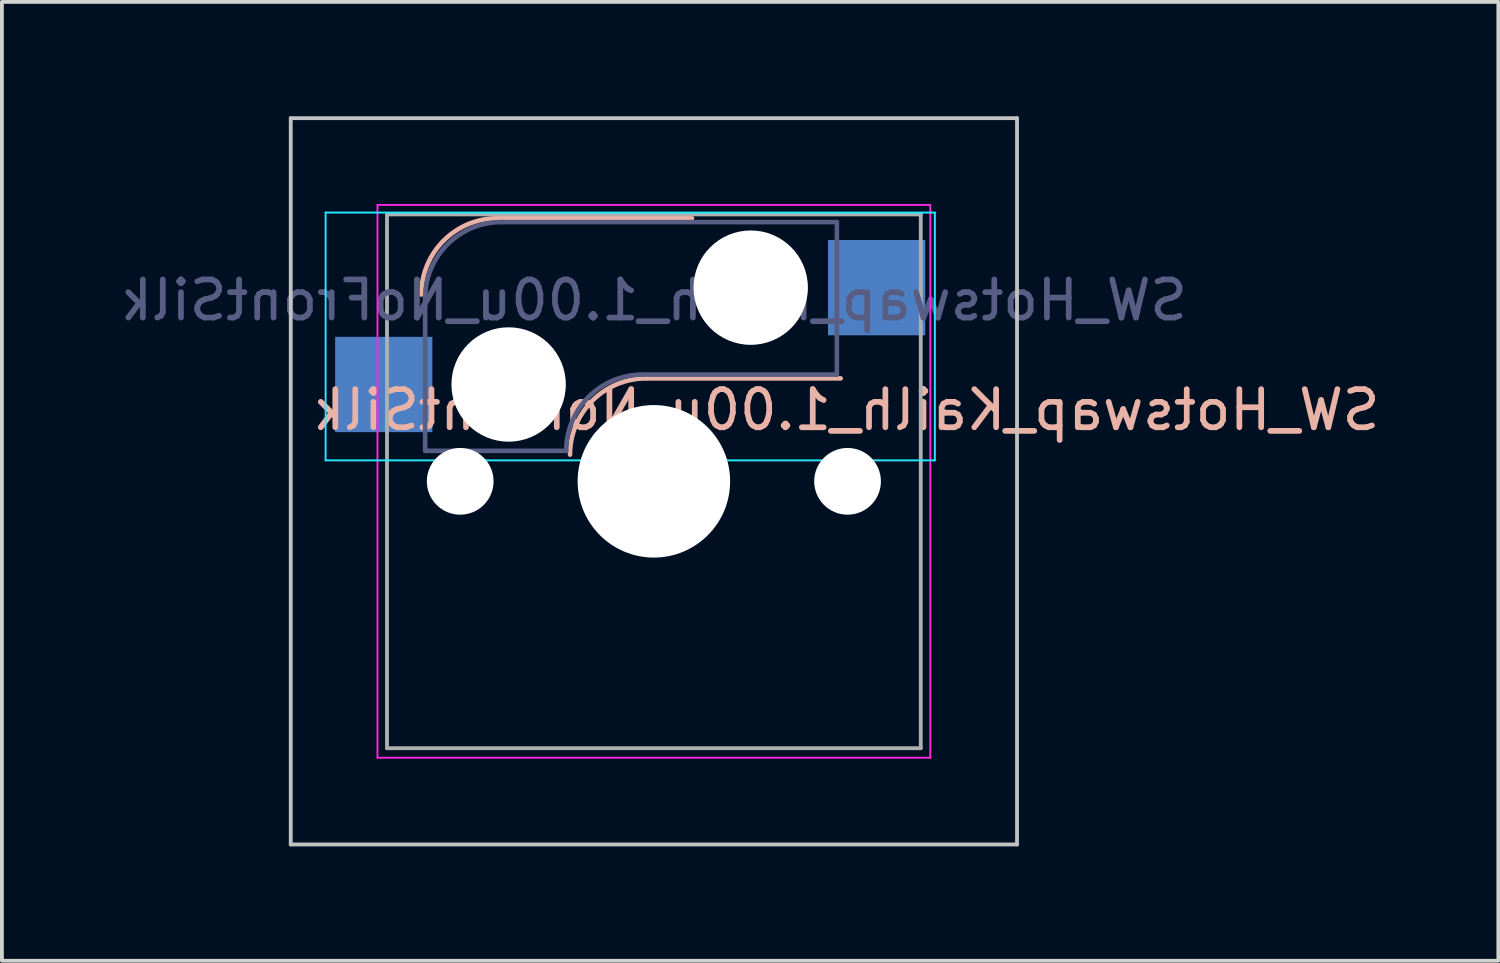
<source format=kicad_pcb>
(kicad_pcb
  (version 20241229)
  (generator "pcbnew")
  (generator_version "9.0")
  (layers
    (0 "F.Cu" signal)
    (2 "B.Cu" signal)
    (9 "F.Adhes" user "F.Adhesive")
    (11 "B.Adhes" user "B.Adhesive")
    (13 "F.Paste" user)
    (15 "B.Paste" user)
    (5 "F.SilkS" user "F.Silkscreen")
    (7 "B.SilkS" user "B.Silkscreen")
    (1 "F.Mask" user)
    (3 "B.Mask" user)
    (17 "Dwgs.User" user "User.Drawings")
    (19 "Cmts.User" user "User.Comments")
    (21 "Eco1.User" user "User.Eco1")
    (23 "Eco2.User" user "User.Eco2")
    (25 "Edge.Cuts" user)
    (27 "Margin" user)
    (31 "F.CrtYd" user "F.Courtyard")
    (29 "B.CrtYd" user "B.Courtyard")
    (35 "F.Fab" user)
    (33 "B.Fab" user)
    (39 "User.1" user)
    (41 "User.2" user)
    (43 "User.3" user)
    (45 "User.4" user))
  (footprint "SW_Hotswap_Kailh_1.00u_NoFrontSilk"
    (layer "F.Cu")
    (at 14.101 9.575)
    (property "Reference" "SW_Hotswap_Kailh_1.00u_NoFrontSilk" (at 5.048 -1.873 180) (layer "B.SilkS") (effects (font (size 1 1) (thickness 0.15)) (justify mirror)))
    (attr smd)
    (fp_line (start -4.1 -6.9) (end 1 -6.9) (stroke (width 0.12) (type solid)) (layer "B.SilkS"))
    (fp_line (start -0.2 -2.7) (end 4.9 -2.7) (stroke (width 0.12) (type solid)) (layer "B.SilkS"))
    (fp_arc (start -6.1 -4.9) (mid -5.514214 -6.314214) (end -4.1 -6.9) (stroke (width 0.12) (type solid)) (layer "B.SilkS"))
    (fp_arc (start -2.2 -0.7) (mid -1.614214 -2.114214) (end -0.2 -2.7) (stroke (width 0.12) (type solid)) (layer "B.SilkS"))
    (fp_line (start -9.525 -9.525) (end -9.525 9.525) (stroke (width 0.1) (type solid)) (layer "Dwgs.User"))
    (fp_line (start -9.525 9.525) (end 9.525 9.525) (stroke (width 0.1) (type solid)) (layer "Dwgs.User"))
    (fp_line (start 9.525 -9.525) (end -9.525 -9.525) (stroke (width 0.1) (type solid)) (layer "Dwgs.User"))
    (fp_line (start 9.525 9.525) (end 9.525 -9.525) (stroke (width 0.1) (type solid)) (layer "Dwgs.User"))
    (fp_line (start -8.61 -7.05) (end -8.61 -0.55) (stroke (width 0.05) (type solid)) (layer "B.CrtYd"))
    (fp_line (start -8.61 -0.55) (end 7.37 -0.55) (stroke (width 0.05) (type solid)) (layer "B.CrtYd"))
    (fp_line (start 7.37 -7.05) (end -8.61 -7.05) (stroke (width 0.05) (type solid)) (layer "B.CrtYd"))
    (fp_line (start 7.37 -0.55) (end 7.37 -7.05) (stroke (width 0.05) (type solid)) (layer "B.CrtYd"))
    (fp_line (start -7.25 -7.25) (end -7.25 7.25) (stroke (width 0.05) (type solid)) (layer "F.CrtYd"))
    (fp_line (start -7.25 7.25) (end 7.25 7.25) (stroke (width 0.05) (type solid)) (layer "F.CrtYd"))
    (fp_line (start 7.25 -7.25) (end -7.25 -7.25) (stroke (width 0.05) (type solid)) (layer "F.CrtYd"))
    (fp_line (start 7.25 7.25) (end 7.25 -7.25) (stroke (width 0.05) (type solid)) (layer "F.CrtYd"))
    (fp_line (start -6 -0.8) (end -6 -4.8) (stroke (width 0.12) (type solid)) (layer "B.Fab"))
    (fp_line (start -6 -0.8) (end -2.3 -0.8) (stroke (width 0.12) (type solid)) (layer "B.Fab"))
    (fp_line (start -4 -6.8) (end 4.8 -6.8) (stroke (width 0.12) (type solid)) (layer "B.Fab"))
    (fp_line (start -0.3 -2.8) (end 4.8 -2.8) (stroke (width 0.12) (type solid)) (layer "B.Fab"))
    (fp_line (start 4.8 -6.8) (end 4.8 -2.8) (stroke (width 0.12) (type solid)) (layer "B.Fab"))
    (fp_arc (start -6 -4.8) (mid -5.414214 -6.214214) (end -4 -6.8) (stroke (width 0.12) (type solid)) (layer "B.Fab"))
    (fp_arc (start -2.3 -0.8) (mid -1.714214 -2.214214) (end -0.3 -2.8) (stroke (width 0.12) (type solid)) (layer "B.Fab"))
    (fp_line (start -7 -7) (end -7 7) (stroke (width 0.1) (type solid)) (layer "F.Fab"))
    (fp_line (start -7 7) (end 7 7) (stroke (width 0.1) (type solid)) (layer "F.Fab"))
    (fp_line (start 7 -7) (end -7 -7) (stroke (width 0.1) (type solid)) (layer "F.Fab"))
    (fp_line (start 7 7) (end 7 -7) (stroke (width 0.1) (type solid)) (layer "F.Fab"))
    (fp_text user "${REFERENCE}" (at 0 -4.75 180) (layer "B.Fab") (effects (font (size 1 1) (thickness 0.15)) (justify mirror)))
    (pad "" np_thru_hole circle (at -5.08 0) (size 1.75 1.75) (drill 1.75) (layers "*.Cu" "*.Mask"))
    (pad "" np_thru_hole circle (at -3.81 -2.54) (size 3 3) (drill 3) (layers "*.Cu" "*.Mask"))
    (pad "" np_thru_hole circle (at 0 0) (size 4 4) (drill 4) (layers "*.Cu" "*.Mask"))
    (pad "" np_thru_hole circle (at 2.54 -5.08) (size 3 3) (drill 3) (layers "*.Cu" "*.Mask"))
    (pad "" np_thru_hole circle (at 5.08 0) (size 1.75 1.75) (drill 1.75) (layers "*.Cu" "*.Mask"))
    (pad "1" smd rect (at -7.085 -2.54) (size 2.55 2.5) (layers "B.Cu" "B.Mask" "B.Paste"))
    (pad "2" smd rect (at 5.842 -5.08) (size 2.55 2.5) (layers "B.Cu" "B.Mask" "B.Paste")))
  (gr_rect
    (start -3 -3)
    (end 36.251 22.15)
    (stroke (width 0.1) (type default))
    (fill no)
    (layer "Edge.Cuts")))
</source>
